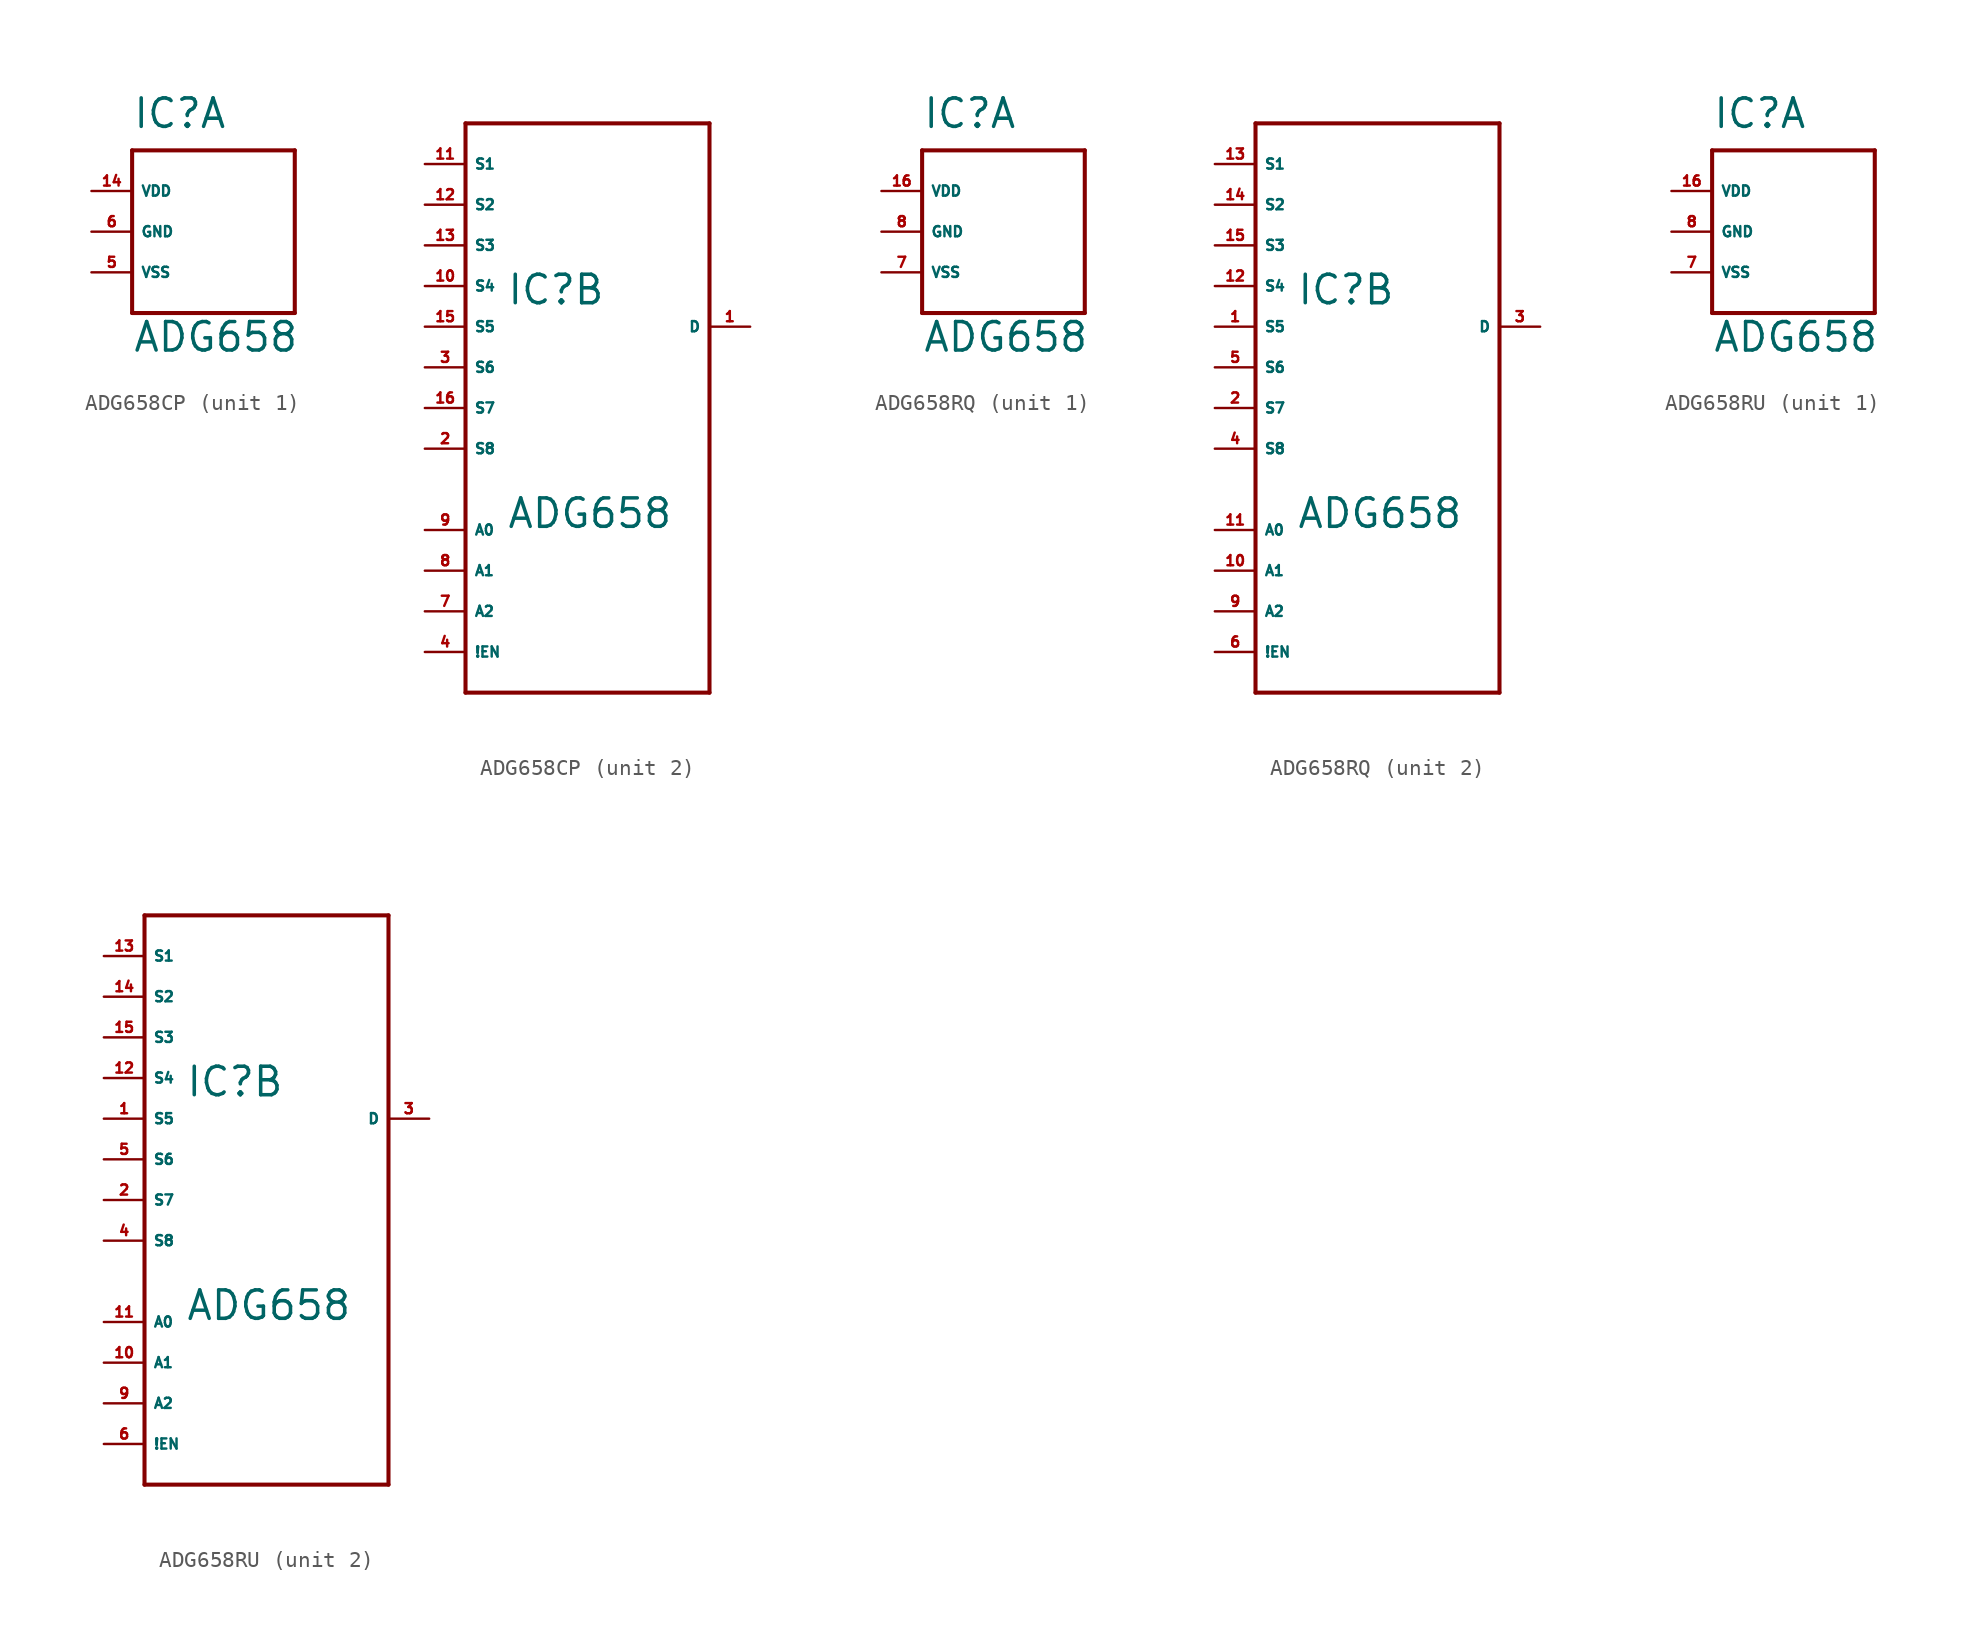
<source format=kicad_sym>
(kicad_symbol_lib
  (version 20220914)
  (generator Eagle2Kicad)
  (symbol "ADG658CP"
    (property "Reference" "IC"
      (at -5.08 6.35 0)
      (effects (font (size 1.778 1.778) (thickness 0.22)) (justify left bottom)))
    (property "Value" "ADG658"
      (at -5.08 -7.62 0)
      (effects (font (size 1.778 1.778) (thickness 0.22)) (justify left bottom)))
    (symbol "ADG658CP_1_0"
      (polyline (pts (xy -5.08 5.08) (xy 5.08 5.08)) (stroke (width 0.254) (type default)) (fill (type none)))
      (polyline (pts (xy 5.08 5.08) (xy 5.08 -5.08)) (stroke (width 0.254) (type default)) (fill (type none)))
      (polyline (pts (xy 5.08 -5.08) (xy -5.08 -5.08)) (stroke (width 0.254) (type default)) (fill (type none)))
      (polyline (pts (xy -5.08 -5.08) (xy -5.08 5.08)) (stroke (width 0.254) (type default)) (fill (type none)))
      (pin unspecified line (at -7.62 -2.54 0) (length 2.54) (name "VSS" (effects (font (size 0.635 0.635) (thickness 0.08)) (justify left bottom))) (number "5" (effects (font (size 0.635 0.635) (thickness 0.08)) (justify left bottom))))
      (pin unspecified line (at -7.62 0 0) (length 2.54) (name "GND" (effects (font (size 0.635 0.635) (thickness 0.08)) (justify left bottom))) (number "6" (effects (font (size 0.635 0.635) (thickness 0.08)) (justify left bottom))))
      (pin unspecified line (at -7.62 2.54 0) (length 2.54) (name "VDD" (effects (font (size 0.635 0.635) (thickness 0.08)) (justify left bottom))) (number "14" (effects (font (size 0.635 0.635) (thickness 0.08)) (justify left bottom)))))
    (symbol "ADG658CP_2_0"
      (polyline (pts (xy -7.62 17.78) (xy 7.62 17.78)) (stroke (width 0.254) (type default)) (fill (type none)))
      (polyline (pts (xy 7.62 17.78) (xy 7.62 -17.78)) (stroke (width 0.254) (type default)) (fill (type none)))
      (polyline (pts (xy 7.62 -17.78) (xy -7.62 -17.78)) (stroke (width 0.254) (type default)) (fill (type none)))
      (polyline (pts (xy -7.62 -17.78) (xy -7.62 17.78)) (stroke (width 0.254) (type default)) (fill (type none)))
      (pin bidirectional line (at -10.16 15.24 0) (length 2.54) (name "S1" (effects (font (size 0.635 0.635) (thickness 0.08)) (justify left bottom))) (number "11" (effects (font (size 0.635 0.635) (thickness 0.08)) (justify left bottom))))
      (pin bidirectional line (at -10.16 12.7 0) (length 2.54) (name "S2" (effects (font (size 0.635 0.635) (thickness 0.08)) (justify left bottom))) (number "12" (effects (font (size 0.635 0.635) (thickness 0.08)) (justify left bottom))))
      (pin bidirectional line (at -10.16 10.16 0) (length 2.54) (name "S3" (effects (font (size 0.635 0.635) (thickness 0.08)) (justify left bottom))) (number "13" (effects (font (size 0.635 0.635) (thickness 0.08)) (justify left bottom))))
      (pin bidirectional line (at -10.16 7.62 0) (length 2.54) (name "S4" (effects (font (size 0.635 0.635) (thickness 0.08)) (justify left bottom))) (number "10" (effects (font (size 0.635 0.635) (thickness 0.08)) (justify left bottom))))
      (pin bidirectional line (at -10.16 5.08 0) (length 2.54) (name "S5" (effects (font (size 0.635 0.635) (thickness 0.08)) (justify left bottom))) (number "15" (effects (font (size 0.635 0.635) (thickness 0.08)) (justify left bottom))))
      (pin bidirectional line (at -10.16 2.54 0) (length 2.54) (name "S6" (effects (font (size 0.635 0.635) (thickness 0.08)) (justify left bottom))) (number "3" (effects (font (size 0.635 0.635) (thickness 0.08)) (justify left bottom))))
      (pin bidirectional line (at -10.16 0 0) (length 2.54) (name "S7" (effects (font (size 0.635 0.635) (thickness 0.08)) (justify left bottom))) (number "16" (effects (font (size 0.635 0.635) (thickness 0.08)) (justify left bottom))))
      (pin bidirectional line (at -10.16 -2.54 0) (length 2.54) (name "S8" (effects (font (size 0.635 0.635) (thickness 0.08)) (justify left bottom))) (number "2" (effects (font (size 0.635 0.635) (thickness 0.08)) (justify left bottom))))
      (pin bidirectional line (at 10.16 5.08 180) (length 2.54) (name "D" (effects (font (size 0.635 0.635) (thickness 0.08)) (justify left bottom))) (number "1" (effects (font (size 0.635 0.635) (thickness 0.08)) (justify left bottom))))
      (pin input line (at -10.16 -7.62 0) (length 2.54) (name "A0" (effects (font (size 0.635 0.635) (thickness 0.08)) (justify left bottom))) (number "9" (effects (font (size 0.635 0.635) (thickness 0.08)) (justify left bottom))))
      (pin input line (at -10.16 -10.16 0) (length 2.54) (name "A1" (effects (font (size 0.635 0.635) (thickness 0.08)) (justify left bottom))) (number "8" (effects (font (size 0.635 0.635) (thickness 0.08)) (justify left bottom))))
      (pin input line (at -10.16 -12.7 0) (length 2.54) (name "A2" (effects (font (size 0.635 0.635) (thickness 0.08)) (justify left bottom))) (number "7" (effects (font (size 0.635 0.635) (thickness 0.08)) (justify left bottom))))
      (pin input line (at -10.16 -15.24 0) (length 2.54) (name "!EN" (effects (font (size 0.635 0.635) (thickness 0.08)) (justify left bottom))) (number "4" (effects (font (size 0.635 0.635) (thickness 0.08)) (justify left bottom))))))
  (symbol "ADG658RQ"
    (property "Reference" "IC"
      (at -5.08 6.35 0)
      (effects (font (size 1.778 1.778) (thickness 0.22)) (justify left bottom)))
    (property "Value" "ADG658"
      (at -5.08 -7.62 0)
      (effects (font (size 1.778 1.778) (thickness 0.22)) (justify left bottom)))
    (symbol "ADG658RQ_1_0"
      (polyline (pts (xy -5.08 5.08) (xy 5.08 5.08)) (stroke (width 0.254) (type default)) (fill (type none)))
      (polyline (pts (xy 5.08 5.08) (xy 5.08 -5.08)) (stroke (width 0.254) (type default)) (fill (type none)))
      (polyline (pts (xy 5.08 -5.08) (xy -5.08 -5.08)) (stroke (width 0.254) (type default)) (fill (type none)))
      (polyline (pts (xy -5.08 -5.08) (xy -5.08 5.08)) (stroke (width 0.254) (type default)) (fill (type none)))
      (pin unspecified line (at -7.62 -2.54 0) (length 2.54) (name "VSS" (effects (font (size 0.635 0.635) (thickness 0.08)) (justify left bottom))) (number "7" (effects (font (size 0.635 0.635) (thickness 0.08)) (justify left bottom))))
      (pin unspecified line (at -7.62 0 0) (length 2.54) (name "GND" (effects (font (size 0.635 0.635) (thickness 0.08)) (justify left bottom))) (number "8" (effects (font (size 0.635 0.635) (thickness 0.08)) (justify left bottom))))
      (pin unspecified line (at -7.62 2.54 0) (length 2.54) (name "VDD" (effects (font (size 0.635 0.635) (thickness 0.08)) (justify left bottom))) (number "16" (effects (font (size 0.635 0.635) (thickness 0.08)) (justify left bottom)))))
    (symbol "ADG658RQ_2_0"
      (polyline (pts (xy -7.62 17.78) (xy 7.62 17.78)) (stroke (width 0.254) (type default)) (fill (type none)))
      (polyline (pts (xy 7.62 17.78) (xy 7.62 -17.78)) (stroke (width 0.254) (type default)) (fill (type none)))
      (polyline (pts (xy 7.62 -17.78) (xy -7.62 -17.78)) (stroke (width 0.254) (type default)) (fill (type none)))
      (polyline (pts (xy -7.62 -17.78) (xy -7.62 17.78)) (stroke (width 0.254) (type default)) (fill (type none)))
      (pin bidirectional line (at -10.16 15.24 0) (length 2.54) (name "S1" (effects (font (size 0.635 0.635) (thickness 0.08)) (justify left bottom))) (number "13" (effects (font (size 0.635 0.635) (thickness 0.08)) (justify left bottom))))
      (pin bidirectional line (at -10.16 12.7 0) (length 2.54) (name "S2" (effects (font (size 0.635 0.635) (thickness 0.08)) (justify left bottom))) (number "14" (effects (font (size 0.635 0.635) (thickness 0.08)) (justify left bottom))))
      (pin bidirectional line (at -10.16 10.16 0) (length 2.54) (name "S3" (effects (font (size 0.635 0.635) (thickness 0.08)) (justify left bottom))) (number "15" (effects (font (size 0.635 0.635) (thickness 0.08)) (justify left bottom))))
      (pin bidirectional line (at -10.16 7.62 0) (length 2.54) (name "S4" (effects (font (size 0.635 0.635) (thickness 0.08)) (justify left bottom))) (number "12" (effects (font (size 0.635 0.635) (thickness 0.08)) (justify left bottom))))
      (pin bidirectional line (at -10.16 5.08 0) (length 2.54) (name "S5" (effects (font (size 0.635 0.635) (thickness 0.08)) (justify left bottom))) (number "1" (effects (font (size 0.635 0.635) (thickness 0.08)) (justify left bottom))))
      (pin bidirectional line (at -10.16 2.54 0) (length 2.54) (name "S6" (effects (font (size 0.635 0.635) (thickness 0.08)) (justify left bottom))) (number "5" (effects (font (size 0.635 0.635) (thickness 0.08)) (justify left bottom))))
      (pin bidirectional line (at -10.16 0 0) (length 2.54) (name "S7" (effects (font (size 0.635 0.635) (thickness 0.08)) (justify left bottom))) (number "2" (effects (font (size 0.635 0.635) (thickness 0.08)) (justify left bottom))))
      (pin bidirectional line (at -10.16 -2.54 0) (length 2.54) (name "S8" (effects (font (size 0.635 0.635) (thickness 0.08)) (justify left bottom))) (number "4" (effects (font (size 0.635 0.635) (thickness 0.08)) (justify left bottom))))
      (pin bidirectional line (at 10.16 5.08 180) (length 2.54) (name "D" (effects (font (size 0.635 0.635) (thickness 0.08)) (justify left bottom))) (number "3" (effects (font (size 0.635 0.635) (thickness 0.08)) (justify left bottom))))
      (pin input line (at -10.16 -7.62 0) (length 2.54) (name "A0" (effects (font (size 0.635 0.635) (thickness 0.08)) (justify left bottom))) (number "11" (effects (font (size 0.635 0.635) (thickness 0.08)) (justify left bottom))))
      (pin input line (at -10.16 -10.16 0) (length 2.54) (name "A1" (effects (font (size 0.635 0.635) (thickness 0.08)) (justify left bottom))) (number "10" (effects (font (size 0.635 0.635) (thickness 0.08)) (justify left bottom))))
      (pin input line (at -10.16 -12.7 0) (length 2.54) (name "A2" (effects (font (size 0.635 0.635) (thickness 0.08)) (justify left bottom))) (number "9" (effects (font (size 0.635 0.635) (thickness 0.08)) (justify left bottom))))
      (pin input line (at -10.16 -15.24 0) (length 2.54) (name "!EN" (effects (font (size 0.635 0.635) (thickness 0.08)) (justify left bottom))) (number "6" (effects (font (size 0.635 0.635) (thickness 0.08)) (justify left bottom))))))
  (symbol "ADG658RU"
    (property "Reference" "IC"
      (at -5.08 6.35 0)
      (effects (font (size 1.778 1.778) (thickness 0.22)) (justify left bottom)))
    (property "Value" "ADG658"
      (at -5.08 -7.62 0)
      (effects (font (size 1.778 1.778) (thickness 0.22)) (justify left bottom)))
    (symbol "ADG658RU_1_0"
      (polyline (pts (xy -5.08 5.08) (xy 5.08 5.08)) (stroke (width 0.254) (type default)) (fill (type none)))
      (polyline (pts (xy 5.08 5.08) (xy 5.08 -5.08)) (stroke (width 0.254) (type default)) (fill (type none)))
      (polyline (pts (xy 5.08 -5.08) (xy -5.08 -5.08)) (stroke (width 0.254) (type default)) (fill (type none)))
      (polyline (pts (xy -5.08 -5.08) (xy -5.08 5.08)) (stroke (width 0.254) (type default)) (fill (type none)))
      (pin unspecified line (at -7.62 -2.54 0) (length 2.54) (name "VSS" (effects (font (size 0.635 0.635) (thickness 0.08)) (justify left bottom))) (number "7" (effects (font (size 0.635 0.635) (thickness 0.08)) (justify left bottom))))
      (pin unspecified line (at -7.62 0 0) (length 2.54) (name "GND" (effects (font (size 0.635 0.635) (thickness 0.08)) (justify left bottom))) (number "8" (effects (font (size 0.635 0.635) (thickness 0.08)) (justify left bottom))))
      (pin unspecified line (at -7.62 2.54 0) (length 2.54) (name "VDD" (effects (font (size 0.635 0.635) (thickness 0.08)) (justify left bottom))) (number "16" (effects (font (size 0.635 0.635) (thickness 0.08)) (justify left bottom)))))
    (symbol "ADG658RU_2_0"
      (polyline (pts (xy -7.62 17.78) (xy 7.62 17.78)) (stroke (width 0.254) (type default)) (fill (type none)))
      (polyline (pts (xy 7.62 17.78) (xy 7.62 -17.78)) (stroke (width 0.254) (type default)) (fill (type none)))
      (polyline (pts (xy 7.62 -17.78) (xy -7.62 -17.78)) (stroke (width 0.254) (type default)) (fill (type none)))
      (polyline (pts (xy -7.62 -17.78) (xy -7.62 17.78)) (stroke (width 0.254) (type default)) (fill (type none)))
      (pin bidirectional line (at -10.16 15.24 0) (length 2.54) (name "S1" (effects (font (size 0.635 0.635) (thickness 0.08)) (justify left bottom))) (number "13" (effects (font (size 0.635 0.635) (thickness 0.08)) (justify left bottom))))
      (pin bidirectional line (at -10.16 12.7 0) (length 2.54) (name "S2" (effects (font (size 0.635 0.635) (thickness 0.08)) (justify left bottom))) (number "14" (effects (font (size 0.635 0.635) (thickness 0.08)) (justify left bottom))))
      (pin bidirectional line (at -10.16 10.16 0) (length 2.54) (name "S3" (effects (font (size 0.635 0.635) (thickness 0.08)) (justify left bottom))) (number "15" (effects (font (size 0.635 0.635) (thickness 0.08)) (justify left bottom))))
      (pin bidirectional line (at -10.16 7.62 0) (length 2.54) (name "S4" (effects (font (size 0.635 0.635) (thickness 0.08)) (justify left bottom))) (number "12" (effects (font (size 0.635 0.635) (thickness 0.08)) (justify left bottom))))
      (pin bidirectional line (at -10.16 5.08 0) (length 2.54) (name "S5" (effects (font (size 0.635 0.635) (thickness 0.08)) (justify left bottom))) (number "1" (effects (font (size 0.635 0.635) (thickness 0.08)) (justify left bottom))))
      (pin bidirectional line (at -10.16 2.54 0) (length 2.54) (name "S6" (effects (font (size 0.635 0.635) (thickness 0.08)) (justify left bottom))) (number "5" (effects (font (size 0.635 0.635) (thickness 0.08)) (justify left bottom))))
      (pin bidirectional line (at -10.16 0 0) (length 2.54) (name "S7" (effects (font (size 0.635 0.635) (thickness 0.08)) (justify left bottom))) (number "2" (effects (font (size 0.635 0.635) (thickness 0.08)) (justify left bottom))))
      (pin bidirectional line (at -10.16 -2.54 0) (length 2.54) (name "S8" (effects (font (size 0.635 0.635) (thickness 0.08)) (justify left bottom))) (number "4" (effects (font (size 0.635 0.635) (thickness 0.08)) (justify left bottom))))
      (pin bidirectional line (at 10.16 5.08 180) (length 2.54) (name "D" (effects (font (size 0.635 0.635) (thickness 0.08)) (justify left bottom))) (number "3" (effects (font (size 0.635 0.635) (thickness 0.08)) (justify left bottom))))
      (pin input line (at -10.16 -7.62 0) (length 2.54) (name "A0" (effects (font (size 0.635 0.635) (thickness 0.08)) (justify left bottom))) (number "11" (effects (font (size 0.635 0.635) (thickness 0.08)) (justify left bottom))))
      (pin input line (at -10.16 -10.16 0) (length 2.54) (name "A1" (effects (font (size 0.635 0.635) (thickness 0.08)) (justify left bottom))) (number "10" (effects (font (size 0.635 0.635) (thickness 0.08)) (justify left bottom))))
      (pin input line (at -10.16 -12.7 0) (length 2.54) (name "A2" (effects (font (size 0.635 0.635) (thickness 0.08)) (justify left bottom))) (number "9" (effects (font (size 0.635 0.635) (thickness 0.08)) (justify left bottom))))
      (pin input line (at -10.16 -15.24 0) (length 2.54) (name "!EN" (effects (font (size 0.635 0.635) (thickness 0.08)) (justify left bottom))) (number "6" (effects (font (size 0.635 0.635) (thickness 0.08)) (justify left bottom)))))))
</source>
